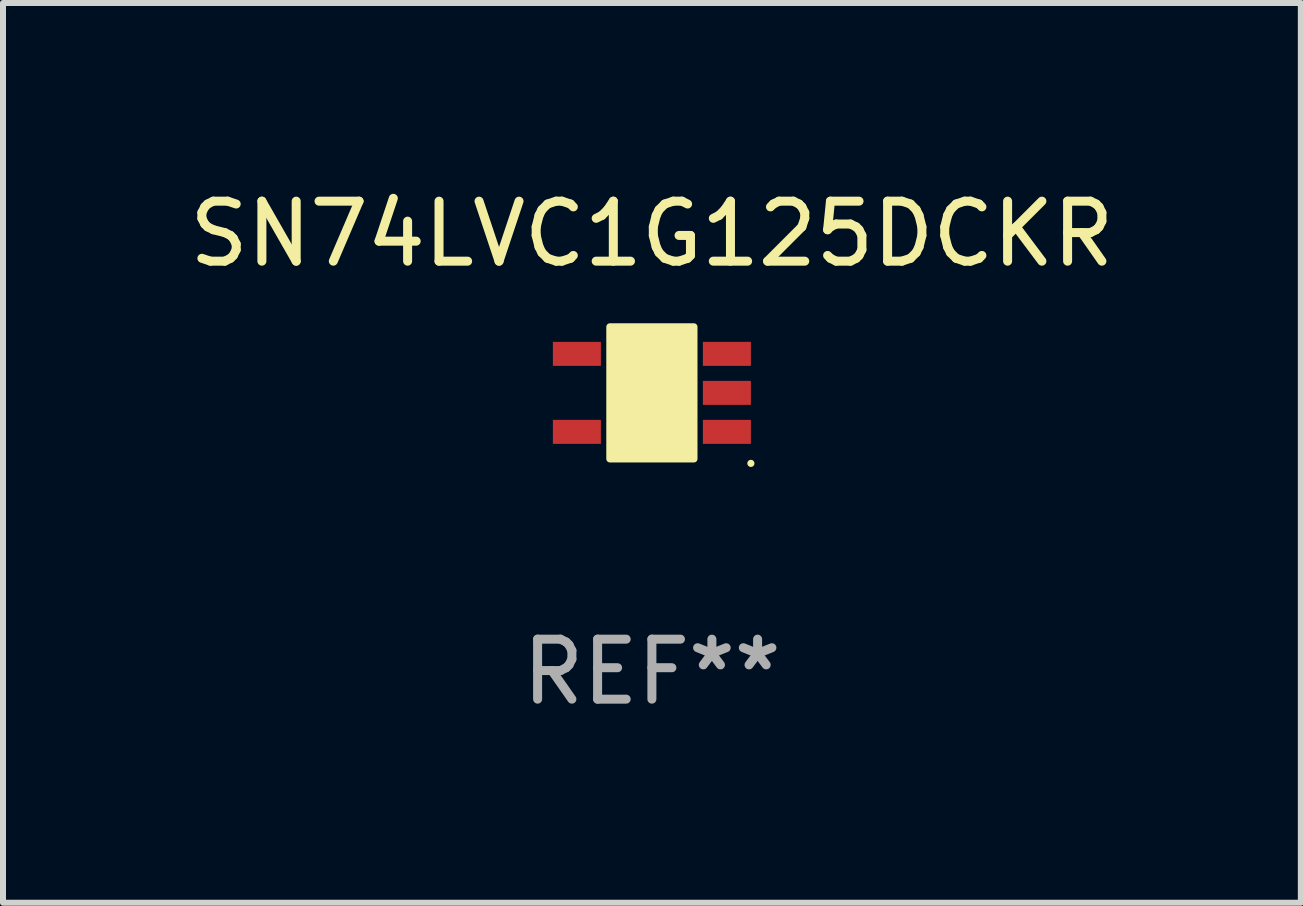
<source format=kicad_pcb>
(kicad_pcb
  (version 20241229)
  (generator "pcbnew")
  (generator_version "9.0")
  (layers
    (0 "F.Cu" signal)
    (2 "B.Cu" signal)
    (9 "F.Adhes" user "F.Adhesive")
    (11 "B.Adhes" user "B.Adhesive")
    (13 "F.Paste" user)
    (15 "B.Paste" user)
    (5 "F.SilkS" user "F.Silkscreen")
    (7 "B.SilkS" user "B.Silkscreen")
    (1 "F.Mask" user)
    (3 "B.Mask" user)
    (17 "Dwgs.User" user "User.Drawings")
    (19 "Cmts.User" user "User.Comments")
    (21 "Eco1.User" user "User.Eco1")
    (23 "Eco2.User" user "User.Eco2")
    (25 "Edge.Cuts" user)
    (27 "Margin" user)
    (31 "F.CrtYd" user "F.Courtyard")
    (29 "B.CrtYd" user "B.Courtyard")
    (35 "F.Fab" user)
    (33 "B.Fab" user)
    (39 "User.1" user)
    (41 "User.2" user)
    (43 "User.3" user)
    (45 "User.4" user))
  (footprint "SN74LVC1G125DCKR"
    (layer "F.Cu")
    (at 7.815 3.498)
    (property "Reference" "SN74LVC1G125DCKR" (at 0 -2.65 0) (layer "F.SilkS") (effects (font (size 1 1) (thickness 0.15))))
    (attr through_hole)
    (fp_arc (start 0.381001 0.637541) (mid 0.380995 0.636271) (end 0.381001 0.635001) (stroke (width 0.24892) (type solid)) (layer "F.SilkS"))
    (fp_circle (center 1.65 1.175) (end 1.68 1.175) (stroke (width 0.06) (type solid)) (fill no) (layer "F.SilkS"))
    (fp_poly (pts (xy -0.7 -1.1) (xy 0.7 -1.1) (xy 0.7 1.1) (xy -0.7 1.1)) (stroke (width 0.12) (type solid)) (fill yes) (layer "F.SilkS"))
    (fp_text user "REF**" (at 0 4.65 0) (layer "F.Fab") (effects (font (size 1 1) (thickness 0.15))))
    (pad "1" smd rect (at 1.25 0.65 270) (size 0.4 0.8) (layers "F.Cu" "F.Mask" "F.Paste"))
    (pad "2" smd rect (at 1.25 0 270) (size 0.4 0.8) (layers "F.Cu" "F.Mask" "F.Paste"))
    (pad "3" smd rect (at 1.25 -0.65 270) (size 0.4 0.8) (layers "F.Cu" "F.Mask" "F.Paste"))
    (pad "4" smd rect (at -1.25 -0.65 270) (size 0.4 0.8) (layers "F.Cu" "F.Mask" "F.Paste"))
    (pad "5" smd rect (at -1.25 0.65 270) (size 0.4 0.8) (layers "F.Cu" "F.Mask" "F.Paste")))
  (gr_rect
    (start -3 -3)
    (end 18.631 11.996)
    (stroke (width 0.1) (type default))
    (fill no)
    (layer "Edge.Cuts")))
</source>
